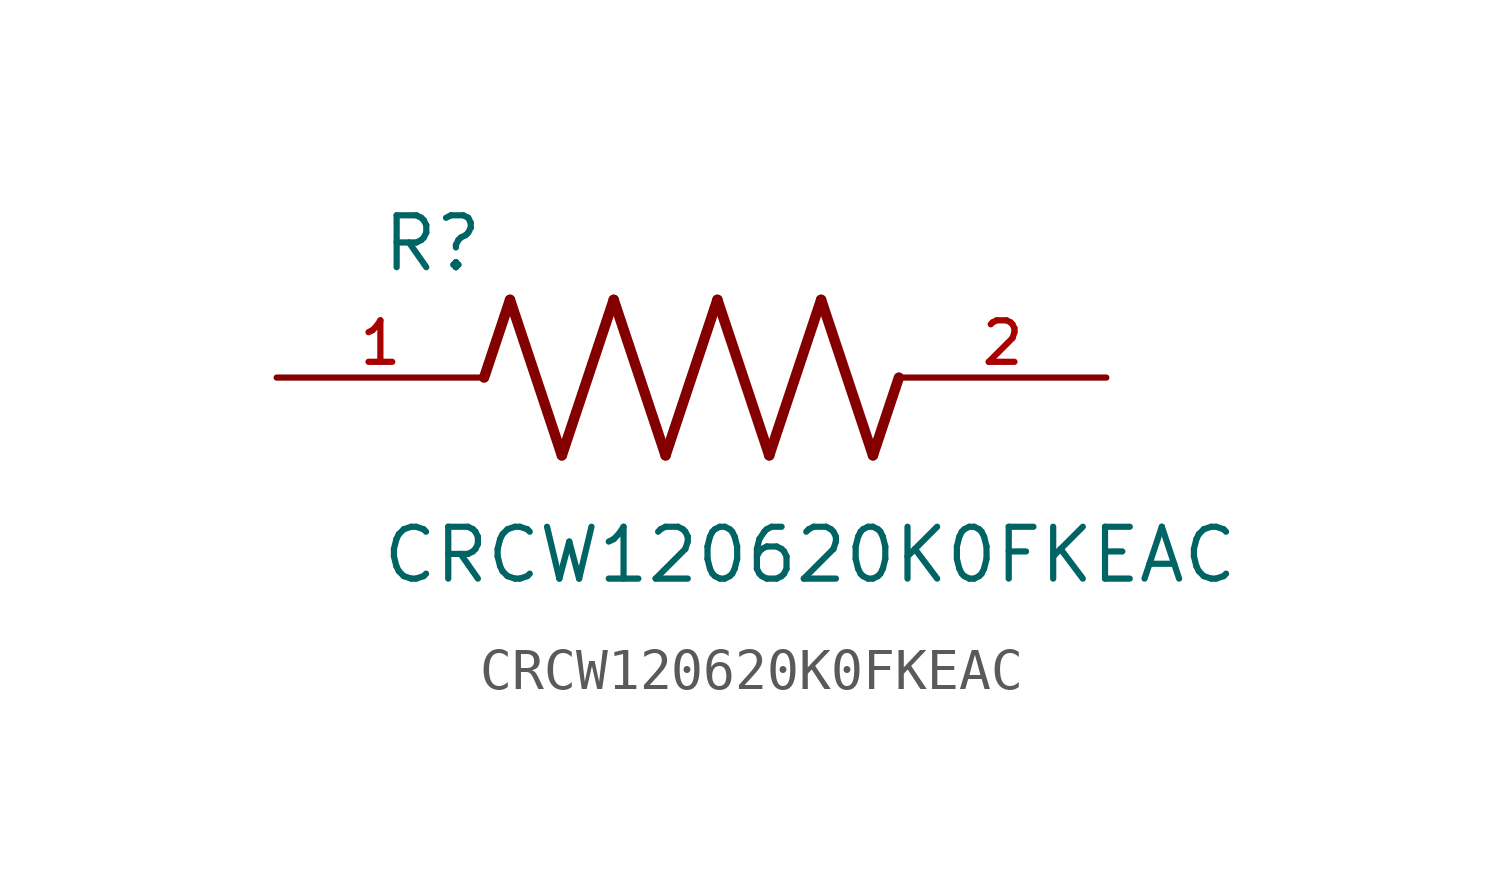
<source format=kicad_sym>
(kicad_symbol_lib
  (version 20211014)
  (generator kicad_symbol_editor)
  (symbol "CRCW120620K0FKEAC"
    (pin_names
      (offset 1.016))
    (property "Reference" "R"
      (at -7.624 2.541 0)
      (effects (font (size 1.27 1.27)) (justify bottom left)))
    (property "Value" "CRCW120620K0FKEAC"
      (at -7.63 -5.087 0)
      (effects (font (size 1.27 1.27)) (justify bottom left)))
    (symbol "CRCW120620K0FKEAC_0_0"
      (polyline (pts (xy -5.08 0.0) (xy -4.445 1.905)) (stroke (width 0.254)))
      (polyline (pts (xy -4.445 1.905) (xy -3.175 -1.905)) (stroke (width 0.254)))
      (polyline (pts (xy -3.175 -1.905) (xy -1.905 1.905)) (stroke (width 0.254)))
      (polyline (pts (xy -1.905 1.905) (xy -0.635 -1.905)) (stroke (width 0.254)))
      (polyline (pts (xy -0.635 -1.905) (xy 0.635 1.905)) (stroke (width 0.254)))
      (polyline (pts (xy 0.635 1.905) (xy 1.905 -1.905)) (stroke (width 0.254)))
      (polyline (pts (xy 1.905 -1.905) (xy 3.175 1.905)) (stroke (width 0.254)))
      (polyline (pts (xy 3.175 1.905) (xy 4.445 -1.905)) (stroke (width 0.254)))
      (polyline (pts (xy 4.445 -1.905) (xy 5.08 0.0)) (stroke (width 0.254)))
      (pin passive line (at -10.16 0.0 0) (length 5.08) (name "~" (effects (font (size 1.016 1.016)))) (number "1" (effects (font (size 1.016 1.016)))))
      (pin passive line (at 10.16 0.0 180.0) (length 5.08) (name "~" (effects (font (size 1.016 1.016)))) (number "2" (effects (font (size 1.016 1.016))))))))
</source>
